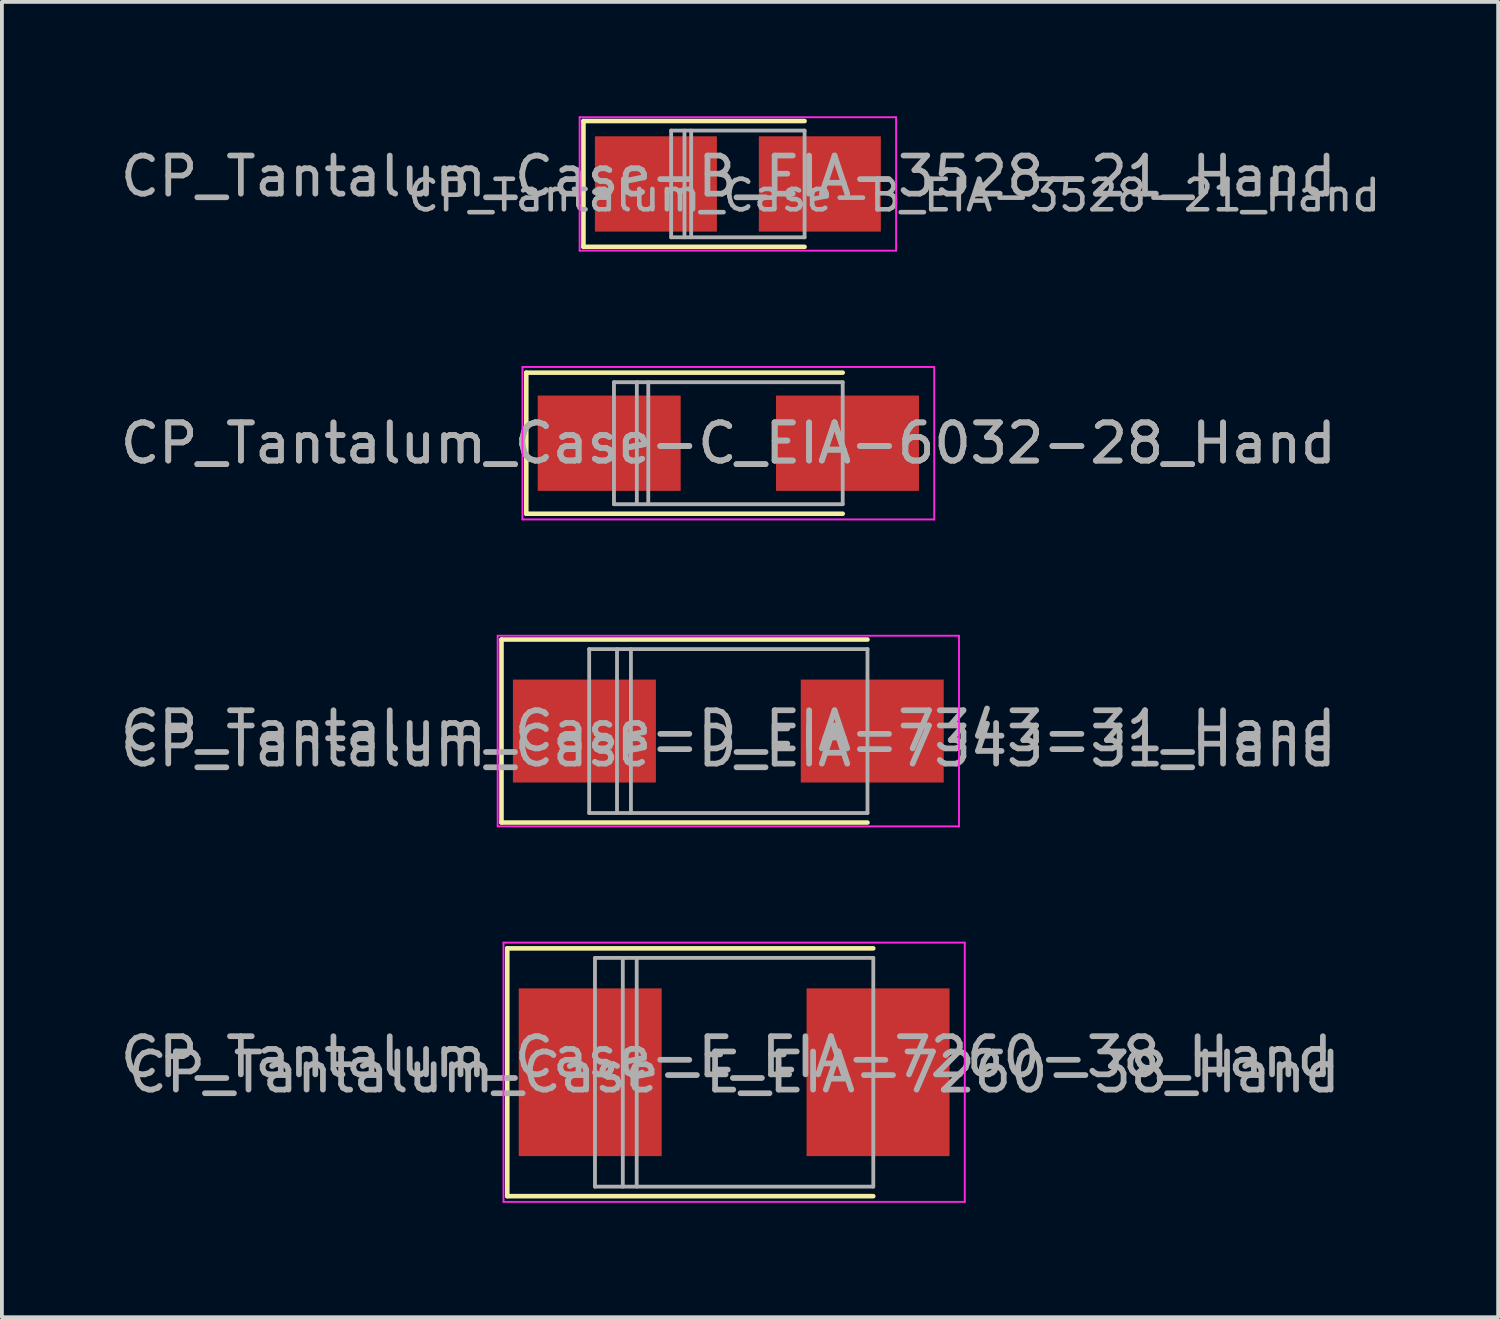
<source format=kicad_pcb>
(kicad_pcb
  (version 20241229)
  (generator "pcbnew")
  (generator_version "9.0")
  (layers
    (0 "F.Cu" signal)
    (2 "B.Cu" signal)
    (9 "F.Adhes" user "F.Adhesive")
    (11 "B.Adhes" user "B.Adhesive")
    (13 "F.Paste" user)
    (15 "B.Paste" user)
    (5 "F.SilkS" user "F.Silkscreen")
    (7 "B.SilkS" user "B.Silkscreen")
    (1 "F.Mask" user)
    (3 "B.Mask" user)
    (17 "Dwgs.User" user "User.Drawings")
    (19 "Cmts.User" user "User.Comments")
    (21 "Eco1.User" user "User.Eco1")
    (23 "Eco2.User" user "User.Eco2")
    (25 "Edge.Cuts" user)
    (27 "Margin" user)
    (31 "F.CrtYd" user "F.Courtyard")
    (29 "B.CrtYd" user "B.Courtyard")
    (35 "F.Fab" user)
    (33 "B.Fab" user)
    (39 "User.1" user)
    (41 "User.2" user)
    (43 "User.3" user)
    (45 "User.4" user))
  (footprint "CP_Tantalum_Case-C_EIA-6032-28_Hand"
    (layer "F.Cu")
    (at 16.054 8.575)
    (property "Reference" "CP_Tantalum_Case-C_EIA-6032-28_Hand" (at 0 0 0) (layer "F.Fab") (effects (font (size 1 1) (thickness 0.15))))
    (attr smd)
    (fp_line (start -5.3 -1.85) (end -5.3 1.85) (stroke (width 0.12) (type solid)) (layer "F.SilkS"))
    (fp_line (start -5.3 -1.85) (end 3 -1.85) (stroke (width 0.12) (type solid)) (layer "F.SilkS"))
    (fp_line (start -5.3 1.85) (end 3 1.85) (stroke (width 0.12) (type solid)) (layer "F.SilkS"))
    (fp_line (start -5.4 -2) (end -5.4 2) (stroke (width 0.05) (type solid)) (layer "F.CrtYd"))
    (fp_line (start -5.4 2) (end 5.4 2) (stroke (width 0.05) (type solid)) (layer "F.CrtYd"))
    (fp_line (start 5.4 -2) (end -5.4 -2) (stroke (width 0.05) (type solid)) (layer "F.CrtYd"))
    (fp_line (start 5.4 2) (end 5.4 -2) (stroke (width 0.05) (type solid)) (layer "F.CrtYd"))
    (fp_line (start -3 -1.6) (end -3 1.6) (stroke (width 0.1) (type solid)) (layer "F.Fab"))
    (fp_line (start -3 1.6) (end 3 1.6) (stroke (width 0.1) (type solid)) (layer "F.Fab"))
    (fp_line (start -2.4 -1.6) (end -2.4 1.6) (stroke (width 0.1) (type solid)) (layer "F.Fab"))
    (fp_line (start -2.1 -1.6) (end -2.1 1.6) (stroke (width 0.1) (type solid)) (layer "F.Fab"))
    (fp_line (start 3 -1.6) (end -3 -1.6) (stroke (width 0.1) (type solid)) (layer "F.Fab"))
    (fp_line (start 3 1.6) (end 3 -1.6) (stroke (width 0.1) (type solid)) (layer "F.Fab"))
    (fp_text user "${REFERENCE}" (at 0 0 0) (layer "F.Fab") (effects (font (size 1 1) (thickness 0.15))))
    (pad "1" smd rect (at -3.125 0) (size 3.75 2.5) (layers "F.Cu" "F.Mask" "F.Paste"))
    (pad "2" smd rect (at 3.125 0) (size 3.75 2.5) (layers "F.Cu" "F.Mask" "F.Paste")))
  (footprint "CP_Tantalum_Case-D_EIA-7343-31_Hand"
    (layer "F.Cu")
    (at 16.054 16.125)
    (property "Reference" "CP_Tantalum_Case-D_EIA-7343-31_Hand" (at 0 0.4 0) (layer "F.Fab") (effects (font (size 1 1) (thickness 0.15))))
    (attr smd)
    (fp_line (start -5.95 -2.4) (end -5.95 2.4) (stroke (width 0.12) (type solid)) (layer "F.SilkS"))
    (fp_line (start -5.95 -2.4) (end 3.65 -2.4) (stroke (width 0.12) (type solid)) (layer "F.SilkS"))
    (fp_line (start -5.95 2.4) (end 3.65 2.4) (stroke (width 0.12) (type solid)) (layer "F.SilkS"))
    (fp_line (start -6.05 -2.5) (end -6.05 2.5) (stroke (width 0.05) (type solid)) (layer "F.CrtYd"))
    (fp_line (start -6.05 2.5) (end 6.05 2.5) (stroke (width 0.05) (type solid)) (layer "F.CrtYd"))
    (fp_line (start 6.05 -2.5) (end -6.05 -2.5) (stroke (width 0.05) (type solid)) (layer "F.CrtYd"))
    (fp_line (start 6.05 2.5) (end 6.05 -2.5) (stroke (width 0.05) (type solid)) (layer "F.CrtYd"))
    (fp_line (start -3.65 -2.15) (end -3.65 2.15) (stroke (width 0.1) (type solid)) (layer "F.Fab"))
    (fp_line (start -3.65 2.15) (end 3.65 2.15) (stroke (width 0.1) (type solid)) (layer "F.Fab"))
    (fp_line (start -2.92 -2.15) (end -2.92 2.15) (stroke (width 0.1) (type solid)) (layer "F.Fab"))
    (fp_line (start -2.555 -2.15) (end -2.555 2.15) (stroke (width 0.1) (type solid)) (layer "F.Fab"))
    (fp_line (start 3.65 -2.15) (end -3.65 -2.15) (stroke (width 0.1) (type solid)) (layer "F.Fab"))
    (fp_line (start 3.65 2.15) (end 3.65 -2.15) (stroke (width 0.1) (type solid)) (layer "F.Fab"))
    (fp_text user "${REFERENCE}" (at 0 0 0) (layer "F.Fab") (effects (font (size 1 1) (thickness 0.15))))
    (pad "1" smd rect (at -3.775 0) (size 3.75 2.7) (layers "F.Cu" "F.Mask" "F.Paste"))
    (pad "2" smd rect (at 3.775 0) (size 3.75 2.7) (layers "F.Cu" "F.Mask" "F.Paste")))
  (footprint "CP_Tantalum_Case-B_EIA-3528-21_Hand"
    (layer "F.Cu")
    (at 16.304 1.775)
    (property "Reference" "CP_Tantalum_Case-B_EIA-3528-21_Hand" (at -0.25 -0.2 0) (layer "F.Fab") (effects (font (size 1 1) (thickness 0.15))))
    (attr smd)
    (fp_line (start -4.05 -1.65) (end -4.05 1.65) (stroke (width 0.12) (type solid)) (layer "F.SilkS"))
    (fp_line (start -4.05 -1.65) (end 1.75 -1.65) (stroke (width 0.12) (type solid)) (layer "F.SilkS"))
    (fp_line (start -4.05 1.65) (end 1.75 1.65) (stroke (width 0.12) (type solid)) (layer "F.SilkS"))
    (fp_line (start -4.15 -1.75) (end -4.15 1.75) (stroke (width 0.05) (type solid)) (layer "F.CrtYd"))
    (fp_line (start -4.15 1.75) (end 4.15 1.75) (stroke (width 0.05) (type solid)) (layer "F.CrtYd"))
    (fp_line (start 4.15 -1.75) (end -4.15 -1.75) (stroke (width 0.05) (type solid)) (layer "F.CrtYd"))
    (fp_line (start 4.15 1.75) (end 4.15 -1.75) (stroke (width 0.05) (type solid)) (layer "F.CrtYd"))
    (fp_line (start -1.75 -1.4) (end -1.75 1.4) (stroke (width 0.1) (type solid)) (layer "F.Fab"))
    (fp_line (start -1.75 1.4) (end 1.75 1.4) (stroke (width 0.1) (type solid)) (layer "F.Fab"))
    (fp_line (start -1.4 -1.4) (end -1.4 1.4) (stroke (width 0.1) (type solid)) (layer "F.Fab"))
    (fp_line (start -1.225 -1.4) (end -1.225 1.4) (stroke (width 0.1) (type solid)) (layer "F.Fab"))
    (fp_line (start 1.75 -1.4) (end -1.75 -1.4) (stroke (width 0.1) (type solid)) (layer "F.Fab"))
    (fp_line (start 1.75 1.4) (end 1.75 -1.4) (stroke (width 0.1) (type solid)) (layer "F.Fab"))
    (fp_text user "${REFERENCE}" (at 4.1 0.3 0) (layer "F.Fab") (effects (font (size 0.8 0.8) (thickness 0.12))))
    (pad "1" smd rect (at -2.15 0) (size 3.2 2.5) (layers "F.Cu" "F.Mask" "F.Paste"))
    (pad "2" smd rect (at 2.15 0) (size 3.2 2.5) (layers "F.Cu" "F.Mask" "F.Paste")))
  (footprint "CP_Tantalum_Case-E_EIA-7260-38_Hand"
    (layer "F.Cu")
    (at 16.206 25.075)
    (property "Reference" "CP_Tantalum_Case-E_EIA-7260-38_Hand" (at -0.2 -0.4 0) (layer "F.Fab") (effects (font (size 1 1) (thickness 0.15))))
    (attr smd)
    (fp_line (start -5.95 -3.25) (end -5.95 3.25) (stroke (width 0.12) (type solid)) (layer "F.SilkS"))
    (fp_line (start -5.95 -3.25) (end 3.65 -3.25) (stroke (width 0.12) (type solid)) (layer "F.SilkS"))
    (fp_line (start -5.95 3.25) (end 3.65 3.25) (stroke (width 0.12) (type solid)) (layer "F.SilkS"))
    (fp_line (start -6.05 -3.4) (end -6.05 3.4) (stroke (width 0.05) (type solid)) (layer "F.CrtYd"))
    (fp_line (start -6.05 3.4) (end 6.05 3.4) (stroke (width 0.05) (type solid)) (layer "F.CrtYd"))
    (fp_line (start 6.05 -3.4) (end -6.05 -3.4) (stroke (width 0.05) (type solid)) (layer "F.CrtYd"))
    (fp_line (start 6.05 3.4) (end 6.05 -3.4) (stroke (width 0.05) (type solid)) (layer "F.CrtYd"))
    (fp_line (start -3.65 -3) (end -3.65 3) (stroke (width 0.1) (type solid)) (layer "F.Fab"))
    (fp_line (start -3.65 3) (end 3.65 3) (stroke (width 0.1) (type solid)) (layer "F.Fab"))
    (fp_line (start -2.92 -3) (end -2.92 3) (stroke (width 0.1) (type solid)) (layer "F.Fab"))
    (fp_line (start -2.555 -3) (end -2.555 3) (stroke (width 0.1) (type solid)) (layer "F.Fab"))
    (fp_line (start 3.65 -3) (end -3.65 -3) (stroke (width 0.1) (type solid)) (layer "F.Fab"))
    (fp_line (start 3.65 3) (end 3.65 -3) (stroke (width 0.1) (type solid)) (layer "F.Fab"))
    (fp_text user "${REFERENCE}" (at 0 0 0) (layer "F.Fab") (effects (font (size 1 1) (thickness 0.15))))
    (pad "1" smd rect (at -3.775 0) (size 3.75 4.4) (layers "F.Cu" "F.Mask" "F.Paste"))
    (pad "2" smd rect (at 3.775 0) (size 3.75 4.4) (layers "F.Cu" "F.Mask" "F.Paste")))
  (gr_rect
    (start -3 -3)
    (end 36.246 31.5)
    (stroke (width 0.1) (type default))
    (fill no)
    (layer "Edge.Cuts")))
</source>
